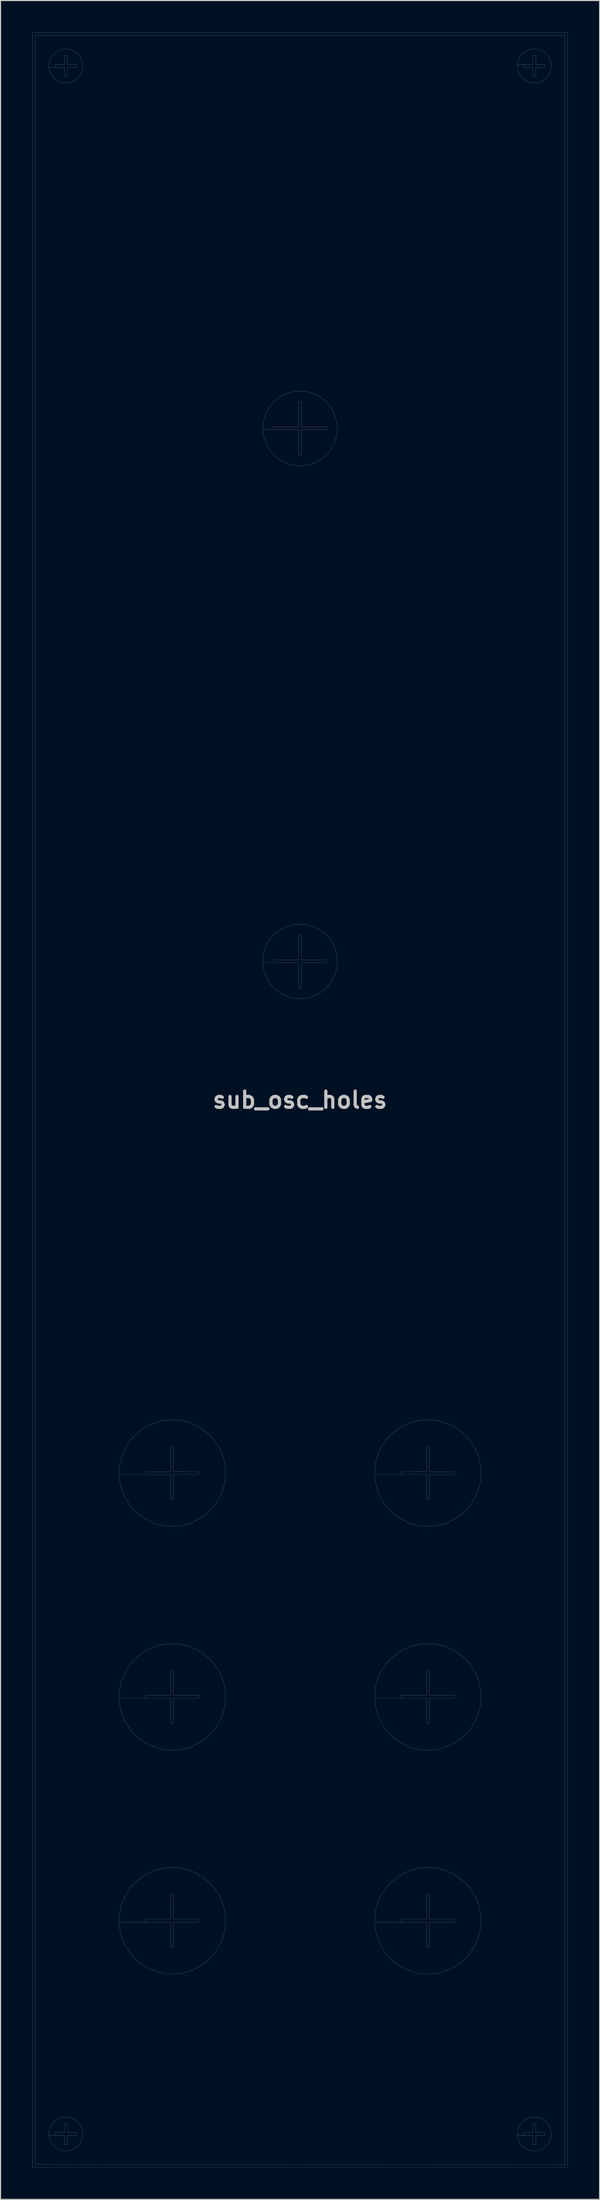
<source format=kicad_pcb>
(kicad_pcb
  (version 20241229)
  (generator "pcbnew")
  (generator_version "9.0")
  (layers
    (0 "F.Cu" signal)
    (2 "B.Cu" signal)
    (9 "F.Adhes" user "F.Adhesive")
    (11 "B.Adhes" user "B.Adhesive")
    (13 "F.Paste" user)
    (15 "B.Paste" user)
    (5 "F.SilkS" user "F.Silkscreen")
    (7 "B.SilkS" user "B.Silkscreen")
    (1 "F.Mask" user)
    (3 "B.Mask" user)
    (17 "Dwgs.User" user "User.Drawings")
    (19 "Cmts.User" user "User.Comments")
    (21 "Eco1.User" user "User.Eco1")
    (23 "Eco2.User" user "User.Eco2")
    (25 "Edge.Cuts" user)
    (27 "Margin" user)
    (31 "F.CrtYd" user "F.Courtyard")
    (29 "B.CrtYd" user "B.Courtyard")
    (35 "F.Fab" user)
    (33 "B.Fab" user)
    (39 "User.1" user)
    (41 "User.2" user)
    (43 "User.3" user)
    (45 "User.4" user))
  (footprint "sub_osc_holes"
    (layer "F.Cu")
    (at 25.126 100.132)
    (property "Reference" "sub_osc_holes" (at 0 0 0) (layer "Dwgs.User") (effects (font (size 1.524 1.524) (thickness 0.3))))
    (attr through_hole)
    (fp_poly (pts (xy -21.738 -98.571) (xy -21.724 -98.568) (xy -21.452 -98.495) (xy -21.201 -98.378) (xy -20.975 -98.221) (xy -20.779 -98.029) (xy -20.617 -97.807) (xy -20.494 -97.558) (xy -20.435 -97.372) (xy -20.409 -97.217) (xy -20.398 -97.036) (xy -20.404 -96.847) (xy -20.425 -96.674) (xy -20.436 -96.622) (xy -20.521 -96.367) (xy -20.65 -96.13) (xy -20.817 -95.917) (xy -21.016 -95.734) (xy -21.242 -95.585) (xy -21.488 -95.478) (xy -21.615 -95.442) (xy -21.763 -95.418) (xy -21.935 -95.407) (xy -22.112 -95.408) (xy -22.274 -95.423) (xy -22.377 -95.442) (xy -22.64 -95.537) (xy -22.879 -95.674) (xy -23.091 -95.848) (xy -23.272 -96.055) (xy -23.415 -96.289) (xy -23.518 -96.546) (xy -23.561 -96.727) (xy -23.585 -97.001) (xy -23.573 -97.13) (xy -22.987 -97.13) (xy -22.987 -96.85) (xy -22.123 -96.85) (xy -22.123 -95.984) (xy -21.857 -95.999) (xy -21.843 -96.849) (xy -20.993 -96.863) (xy -20.978 -97.13) (xy -21.844 -97.13) (xy -21.844 -97.993) (xy -22.123 -97.993) (xy -22.123 -97.13) (xy -22.987 -97.13) (xy -23.573 -97.13) (xy -23.559 -97.274) (xy -23.487 -97.54) (xy -23.369 -97.793) (xy -23.207 -98.028) (xy -23.151 -98.093) (xy -22.967 -98.26) (xy -22.749 -98.397) (xy -22.509 -98.499) (xy -22.253 -98.565) (xy -21.993 -98.589) (xy -21.738 -98.571)) (stroke (width 0.01) (type solid)) (fill no) (layer "Dwgs.User"))
    (fp_poly (pts (xy 22.195 95.41) (xy 22.463 95.466) (xy 22.718 95.566) (xy 22.954 95.709) (xy 23.165 95.893) (xy 23.253 95.992) (xy 23.41 96.219) (xy 23.52 96.462) (xy 23.584 96.725) (xy 23.604 97.011) (xy 23.604 97.015) (xy 23.578 97.3) (xy 23.505 97.567) (xy 23.386 97.813) (xy 23.224 98.035) (xy 23.019 98.231) (xy 22.894 98.323) (xy 22.663 98.449) (xy 22.41 98.537) (xy 22.148 98.584) (xy 21.886 98.587) (xy 21.73 98.567) (xy 21.452 98.488) (xy 21.2 98.367) (xy 20.975 98.204) (xy 20.781 98.004) (xy 20.621 97.77) (xy 20.504 97.517) (xy 20.458 97.347) (xy 20.431 97.149) (xy 20.43 97.13) (xy 21.003 97.13) (xy 21.869 97.13) (xy 21.869 97.993) (xy 22.149 97.993) (xy 22.149 97.13) (xy 23.012 97.13) (xy 23.012 96.85) (xy 22.149 96.85) (xy 22.149 95.984) (xy 22.015 95.992) (xy 21.882 95.999) (xy 21.875 96.424) (xy 21.868 96.849) (xy 21.443 96.856) (xy 21.018 96.863) (xy 21.011 96.996) (xy 21.003 97.13) (xy 20.43 97.13) (xy 20.424 96.941) (xy 20.439 96.742) (xy 20.458 96.634) (xy 20.544 96.374) (xy 20.673 96.135) (xy 20.839 95.92) (xy 21.038 95.735) (xy 21.264 95.586) (xy 21.512 95.479) (xy 21.641 95.442) (xy 21.919 95.402) (xy 22.195 95.41)) (stroke (width 0.01) (type solid)) (fill no) (layer "Dwgs.User"))
    (fp_poly (pts (xy -21.768 95.416) (xy -21.628 95.439) (xy -21.368 95.525) (xy -21.128 95.654) (xy -20.913 95.82) (xy -20.729 96.019) (xy -20.58 96.245) (xy -20.472 96.493) (xy -20.436 96.622) (xy -20.395 96.899) (xy -20.402 97.169) (xy -20.453 97.429) (xy -20.545 97.673) (xy -20.675 97.897) (xy -20.839 98.098) (xy -21.035 98.271) (xy -21.259 98.41) (xy -21.507 98.513) (xy -21.778 98.575) (xy -21.903 98.588) (xy -22.018 98.591) (xy -22.135 98.587) (xy -22.215 98.579) (xy -22.437 98.525) (xy -22.66 98.438) (xy -22.869 98.323) (xy -23.051 98.19) (xy -23.151 98.093) (xy -23.327 97.862) (xy -23.458 97.613) (xy -23.543 97.35) (xy -23.582 97.077) (xy -23.574 96.85) (xy -22.987 96.85) (xy -22.987 97.13) (xy -22.123 97.13) (xy -22.123 97.993) (xy -21.844 97.993) (xy -21.844 97.13) (xy -20.978 97.13) (xy -20.993 96.863) (xy -21.418 96.856) (xy -21.843 96.849) (xy -21.85 96.424) (xy -21.857 95.999) (xy -21.99 95.992) (xy -22.123 95.984) (xy -22.123 96.85) (xy -22.987 96.85) (xy -23.574 96.85) (xy -23.573 96.801) (xy -23.515 96.526) (xy -23.48 96.424) (xy -23.366 96.189) (xy -23.21 95.973) (xy -23.017 95.781) (xy -22.797 95.621) (xy -22.555 95.5) (xy -22.496 95.478) (xy -22.34 95.438) (xy -22.154 95.414) (xy -21.957 95.406) (xy -21.768 95.416)) (stroke (width 0.01) (type solid)) (fill no) (layer "Dwgs.User"))
    (fp_poly (pts (xy 22.272 -98.567) (xy 22.481 -98.521) (xy 22.497 -98.516) (xy 22.67 -98.446) (xy 22.848 -98.35) (xy 23.013 -98.239) (xy 23.148 -98.122) (xy 23.176 -98.093) (xy 23.35 -97.865) (xy 23.481 -97.617) (xy 23.568 -97.355) (xy 23.608 -97.085) (xy 23.6 -96.812) (xy 23.587 -96.73) (xy 23.514 -96.458) (xy 23.397 -96.207) (xy 23.24 -95.981) (xy 23.049 -95.785) (xy 22.826 -95.623) (xy 22.577 -95.5) (xy 22.391 -95.441) (xy 22.251 -95.417) (xy 22.081 -95.406) (xy 21.903 -95.409) (xy 21.734 -95.424) (xy 21.628 -95.443) (xy 21.377 -95.53) (xy 21.143 -95.659) (xy 20.932 -95.827) (xy 20.75 -96.026) (xy 20.603 -96.251) (xy 20.497 -96.496) (xy 20.461 -96.622) (xy 20.421 -96.898) (xy 20.427 -97.13) (xy 21.003 -97.13) (xy 21.011 -96.996) (xy 21.018 -96.863) (xy 21.869 -96.849) (xy 21.869 -96.435) (xy 21.87 -96.295) (xy 21.873 -96.172) (xy 21.877 -96.078) (xy 21.882 -96.019) (xy 21.886 -96.004) (xy 21.92 -95.994) (xy 21.986 -95.988) (xy 22.026 -95.987) (xy 22.149 -95.987) (xy 22.149 -96.85) (xy 23.012 -96.85) (xy 23.012 -97.13) (xy 22.149 -97.13) (xy 22.149 -97.993) (xy 21.869 -97.993) (xy 21.869 -97.13) (xy 21.003 -97.13) (xy 20.427 -97.13) (xy 20.429 -97.17) (xy 20.481 -97.432) (xy 20.576 -97.68) (xy 20.709 -97.908) (xy 20.879 -98.113) (xy 21.082 -98.288) (xy 21.315 -98.429) (xy 21.575 -98.531) (xy 21.621 -98.544) (xy 21.822 -98.579) (xy 22.046 -98.587) (xy 22.272 -98.567)) (stroke (width 0.01) (type solid)) (fill no) (layer "Dwgs.User"))
    (fp_poly (pts (xy 12.292 30.007) (xy 12.5 30.024) (xy 12.994 30.099) (xy 13.471 30.22) (xy 13.929 30.385) (xy 14.366 30.591) (xy 14.778 30.837) (xy 15.163 31.121) (xy 15.519 31.439) (xy 15.844 31.79) (xy 16.134 32.171) (xy 16.387 32.581) (xy 16.601 33.016) (xy 16.772 33.475) (xy 16.899 33.955) (xy 16.904 33.979) (xy 16.982 34.472) (xy 17.009 34.963) (xy 16.989 35.449) (xy 16.922 35.927) (xy 16.811 36.393) (xy 16.655 36.846) (xy 16.458 37.281) (xy 16.219 37.695) (xy 15.942 38.086) (xy 15.626 38.451) (xy 15.274 38.785) (xy 14.887 39.088) (xy 14.466 39.354) (xy 14.376 39.403) (xy 13.964 39.599) (xy 13.524 39.758) (xy 13.066 39.878) (xy 12.598 39.957) (xy 12.131 39.994) (xy 11.673 39.987) (xy 11.579 39.979) (xy 11.088 39.911) (xy 10.612 39.795) (xy 10.152 39.634) (xy 9.713 39.431) (xy 9.296 39.188) (xy 8.905 38.907) (xy 8.543 38.59) (xy 8.212 38.24) (xy 7.916 37.859) (xy 7.657 37.448) (xy 7.438 37.011) (xy 7.276 36.59) (xy 7.141 36.11) (xy 7.056 35.621) (xy 7.019 35.128) (xy 7.025 34.875) (xy 9.525 34.875) (xy 9.525 35.128) (xy 11.887 35.128) (xy 11.887 37.49) (xy 12.141 37.49) (xy 12.141 35.128) (xy 14.503 35.128) (xy 14.503 34.874) (xy 12.141 34.874) (xy 12.141 32.487) (xy 11.888 32.487) (xy 11.874 34.861) (xy 10.7 34.868) (xy 9.525 34.875) (xy 7.025 34.875) (xy 7.031 34.636) (xy 7.09 34.147) (xy 7.198 33.666) (xy 7.353 33.197) (xy 7.543 32.767) (xy 7.787 32.335) (xy 8.069 31.934) (xy 8.386 31.566) (xy 8.735 31.232) (xy 9.112 30.934) (xy 9.515 30.674) (xy 9.94 30.454) (xy 10.385 30.275) (xy 10.845 30.139) (xy 11.318 30.048) (xy 11.802 30.004) (xy 12.292 30.007)) (stroke (width 0.01) (type solid)) (fill no) (layer "Dwgs.User"))
    (fp_poly (pts (xy -11.5 30.023) (xy -11.021 30.095) (xy -10.553 30.213) (xy -10.099 30.374) (xy -9.662 30.579) (xy -9.246 30.824) (xy -8.855 31.109) (xy -8.491 31.431) (xy -8.159 31.79) (xy -7.862 32.183) (xy -7.837 32.22) (xy -7.58 32.647) (xy -7.371 33.089) (xy -7.208 33.54) (xy -7.091 34) (xy -7.019 34.463) (xy -6.991 34.928) (xy -7.007 35.391) (xy -7.065 35.85) (xy -7.165 36.301) (xy -7.305 36.74) (xy -7.487 37.166) (xy -7.707 37.575) (xy -7.967 37.964) (xy -8.264 38.33) (xy -8.599 38.67) (xy -8.97 38.98) (xy -9.376 39.258) (xy -9.652 39.416) (xy -10.057 39.607) (xy -10.49 39.762) (xy -10.939 39.879) (xy -11.397 39.958) (xy -11.853 39.995) (xy -12.298 39.989) (xy -12.408 39.98) (xy -12.903 39.911) (xy -13.379 39.796) (xy -13.832 39.64) (xy -14.263 39.445) (xy -14.668 39.213) (xy -15.047 38.946) (xy -15.397 38.648) (xy -15.717 38.32) (xy -16.005 37.966) (xy -16.259 37.588) (xy -16.479 37.188) (xy -16.661 36.77) (xy -16.805 36.335) (xy -16.909 35.886) (xy -16.97 35.426) (xy -16.988 34.957) (xy -16.983 34.874) (xy -14.478 34.874) (xy -14.478 35.128) (xy -12.116 35.128) (xy -12.116 37.49) (xy -11.862 37.49) (xy -11.862 35.128) (xy -9.5 35.128) (xy -9.5 34.875) (xy -10.674 34.868) (xy -11.849 34.861) (xy -11.856 33.674) (xy -11.862 32.487) (xy -12.116 32.487) (xy -12.116 34.874) (xy -14.478 34.874) (xy -16.983 34.874) (xy -16.961 34.483) (xy -16.886 34.004) (xy -16.763 33.525) (xy -16.736 33.44) (xy -16.555 32.971) (xy -16.331 32.526) (xy -16.062 32.106) (xy -15.75 31.713) (xy -15.519 31.467) (xy -15.144 31.128) (xy -14.741 30.831) (xy -14.313 30.577) (xy -13.862 30.367) (xy -13.391 30.203) (xy -12.903 30.086) (xy -12.475 30.024) (xy -11.986 29.999) (xy -11.5 30.023)) (stroke (width 0.01) (type solid)) (fill no) (layer "Dwgs.User"))
    (fp_poly (pts (xy -11.347 72.042) (xy -10.878 72.123) (xy -10.766 72.15) (xy -10.29 72.296) (xy -9.834 72.487) (xy -9.401 72.721) (xy -8.994 72.996) (xy -8.616 73.308) (xy -8.271 73.657) (xy -7.96 74.039) (xy -7.687 74.452) (xy -7.492 74.816) (xy -7.296 75.277) (xy -7.149 75.75) (xy -7.05 76.231) (xy -6.999 76.716) (xy -6.995 77.202) (xy -7.039 77.686) (xy -7.13 78.164) (xy -7.269 78.633) (xy -7.454 79.09) (xy -7.686 79.532) (xy -7.834 79.769) (xy -8.132 80.171) (xy -8.466 80.538) (xy -8.832 80.869) (xy -9.229 81.161) (xy -9.652 81.413) (xy -10.099 81.622) (xy -10.567 81.787) (xy -11.053 81.905) (xy -11.125 81.919) (xy -11.282 81.941) (xy -11.473 81.958) (xy -11.686 81.972) (xy -11.907 81.98) (xy -12.123 81.983) (xy -12.321 81.98) (xy -12.488 81.971) (xy -12.548 81.965) (xy -13.043 81.88) (xy -13.518 81.751) (xy -13.971 81.58) (xy -14.4 81.369) (xy -14.803 81.12) (xy -15.178 80.838) (xy -15.523 80.523) (xy -15.837 80.178) (xy -16.117 79.807) (xy -16.361 79.41) (xy -16.568 78.992) (xy -16.736 78.554) (xy -16.862 78.099) (xy -16.945 77.63) (xy -16.983 77.148) (xy -16.978 76.86) (xy -14.478 76.86) (xy -14.478 77.14) (xy -12.116 77.14) (xy -12.116 79.502) (xy -11.862 79.502) (xy -11.862 77.14) (xy -9.5 77.14) (xy -9.5 76.86) (xy -11.862 76.86) (xy -11.862 74.498) (xy -12.116 74.498) (xy -12.116 76.86) (xy -14.478 76.86) (xy -16.978 76.86) (xy -16.974 76.656) (xy -16.928 76.238) (xy -16.831 75.755) (xy -16.687 75.29) (xy -16.499 74.844) (xy -16.27 74.42) (xy -16.002 74.022) (xy -15.697 73.651) (xy -15.358 73.311) (xy -14.987 73.003) (xy -14.587 72.732) (xy -14.16 72.498) (xy -13.709 72.307) (xy -13.258 72.164) (xy -12.794 72.067) (xy -12.315 72.014) (xy -11.829 72.006) (xy -11.347 72.042)) (stroke (width 0.01) (type solid)) (fill no) (layer "Dwgs.User"))
    (fp_poly (pts (xy 12.688 72.047) (xy 13.154 72.13) (xy 13.246 72.152) (xy 13.715 72.296) (xy 14.166 72.486) (xy 14.594 72.718) (xy 14.998 72.991) (xy 15.373 73.301) (xy 15.717 73.645) (xy 16.027 74.022) (xy 16.299 74.428) (xy 16.531 74.86) (xy 16.638 75.106) (xy 16.806 75.586) (xy 16.925 76.073) (xy 16.993 76.565) (xy 17.011 77.06) (xy 16.978 77.556) (xy 16.896 78.05) (xy 16.763 78.54) (xy 16.749 78.582) (xy 16.569 79.044) (xy 16.345 79.482) (xy 16.082 79.893) (xy 15.781 80.275) (xy 15.445 80.625) (xy 15.078 80.94) (xy 14.682 81.219) (xy 14.259 81.459) (xy 13.812 81.658) (xy 13.345 81.813) (xy 12.878 81.919) (xy 12.721 81.941) (xy 12.53 81.958) (xy 12.317 81.972) (xy 12.096 81.98) (xy 11.88 81.983) (xy 11.682 81.98) (xy 11.515 81.971) (xy 11.455 81.965) (xy 10.959 81.88) (xy 10.479 81.749) (xy 10.02 81.574) (xy 9.583 81.358) (xy 9.172 81.103) (xy 8.788 80.81) (xy 8.435 80.482) (xy 8.115 80.12) (xy 7.83 79.728) (xy 7.584 79.307) (xy 7.379 78.859) (xy 7.279 78.585) (xy 7.142 78.097) (xy 7.055 77.605) (xy 7.018 77.111) (xy 7.024 76.86) (xy 9.525 76.86) (xy 9.525 77.14) (xy 11.887 77.14) (xy 11.887 79.502) (xy 12.141 79.502) (xy 12.141 77.14) (xy 14.503 77.14) (xy 14.503 76.86) (xy 12.141 76.86) (xy 12.141 74.498) (xy 11.887 74.498) (xy 11.887 76.86) (xy 9.525 76.86) (xy 7.024 76.86) (xy 7.03 76.618) (xy 7.09 76.13) (xy 7.2 75.649) (xy 7.358 75.178) (xy 7.517 74.816) (xy 7.758 74.378) (xy 8.039 73.969) (xy 8.357 73.592) (xy 8.709 73.25) (xy 9.091 72.943) (xy 9.503 72.676) (xy 9.939 72.449) (xy 10.398 72.266) (xy 10.789 72.151) (xy 11.249 72.059) (xy 11.726 72.012) (xy 12.209 72.008) (xy 12.688 72.047)) (stroke (width 0.01) (type solid)) (fill no) (layer "Dwgs.User"))
    (fp_poly (pts (xy 0.282 -66.477) (xy 0.52 -66.457) (xy 0.742 -66.42) (xy 0.965 -66.363) (xy 1.191 -66.289) (xy 1.569 -66.129) (xy 1.922 -65.927) (xy 2.247 -65.687) (xy 2.541 -65.41) (xy 2.801 -65.101) (xy 3.026 -64.763) (xy 3.211 -64.399) (xy 3.355 -64.013) (xy 3.455 -63.607) (xy 3.471 -63.513) (xy 3.489 -63.353) (xy 3.499 -63.162) (xy 3.5 -62.953) (xy 3.494 -62.742) (xy 3.48 -62.544) (xy 3.459 -62.373) (xy 3.444 -62.294) (xy 3.327 -61.88) (xy 3.167 -61.49) (xy 2.966 -61.127) (xy 2.727 -60.794) (xy 2.452 -60.492) (xy 2.143 -60.224) (xy 1.803 -59.994) (xy 1.433 -59.803) (xy 1.109 -59.677) (xy 0.788 -59.589) (xy 0.447 -59.53) (xy 0.104 -59.502) (xy -0.223 -59.506) (xy -0.292 -59.512) (xy -0.53 -59.541) (xy -0.744 -59.582) (xy -0.963 -59.64) (xy -1.079 -59.677) (xy -1.468 -59.83) (xy -1.831 -60.026) (xy -2.165 -60.261) (xy -2.468 -60.532) (xy -2.737 -60.838) (xy -2.971 -61.174) (xy -3.165 -61.539) (xy -3.319 -61.93) (xy -3.417 -62.287) (xy -3.433 -62.38) (xy -3.448 -62.509) (xy -3.461 -62.659) (xy -3.47 -62.815) (xy -3.472 -62.866) (xy -3.471 -63.119) (xy -2.489 -63.119) (xy -2.489 -62.865) (xy -0.127 -62.865) (xy -0.127 -60.503) (xy 0.152 -60.503) (xy 0.152 -62.865) (xy 2.515 -62.865) (xy 2.515 -63.119) (xy 0.153 -63.119) (xy 0.14 -65.494) (xy -0.114 -65.494) (xy -0.121 -64.306) (xy -0.128 -63.119) (xy -2.489 -63.119) (xy -3.471 -63.119) (xy -3.47 -63.236) (xy -3.436 -63.579) (xy -3.366 -63.905) (xy -3.258 -64.229) (xy -3.124 -64.533) (xy -2.922 -64.892) (xy -2.679 -65.222) (xy -2.401 -65.522) (xy -2.091 -65.787) (xy -1.753 -66.014) (xy -1.391 -66.2) (xy -1.054 -66.326) (xy -0.852 -66.386) (xy -0.673 -66.429) (xy -0.5 -66.457) (xy -0.316 -66.474) (xy -0.106 -66.482) (xy 0.013 -66.483) (xy 0.282 -66.477)) (stroke (width 0.01) (type solid)) (fill no) (layer "Dwgs.User"))
    (fp_poly (pts (xy 0.395 -16.47) (xy 0.787 -16.407) (xy 1.109 -16.319) (xy 1.5 -16.163) (xy 1.865 -15.966) (xy 2.199 -15.73) (xy 2.502 -15.457) (xy 2.77 -15.15) (xy 3.002 -14.811) (xy 3.195 -14.443) (xy 3.348 -14.049) (xy 3.433 -13.741) (xy 3.464 -13.565) (xy 3.487 -13.354) (xy 3.499 -13.125) (xy 3.501 -12.895) (xy 3.492 -12.678) (xy 3.472 -12.491) (xy 3.471 -12.483) (xy 3.381 -12.072) (xy 3.246 -11.678) (xy 3.068 -11.306) (xy 2.849 -10.958) (xy 2.591 -10.64) (xy 2.298 -10.354) (xy 1.97 -10.105) (xy 1.97 -10.105) (xy 1.61 -9.891) (xy 1.234 -9.724) (xy 0.835 -9.599) (xy 0.673 -9.562) (xy 0.571 -9.547) (xy 0.432 -9.533) (xy 0.271 -9.521) (xy 0.102 -9.513) (xy -0.063 -9.508) (xy -0.21 -9.508) (xy -0.324 -9.512) (xy -0.356 -9.515) (xy -0.775 -9.591) (xy -1.175 -9.712) (xy -1.552 -9.875) (xy -1.904 -10.078) (xy -2.228 -10.319) (xy -2.52 -10.593) (xy -2.78 -10.9) (xy -3.004 -11.237) (xy -3.188 -11.601) (xy -3.332 -11.989) (xy -3.432 -12.399) (xy -3.446 -12.483) (xy -3.464 -12.646) (xy -3.473 -12.841) (xy -3.474 -13.053) (xy -3.472 -13.132) (xy -2.489 -13.132) (xy -2.489 -12.878) (xy -0.127 -12.878) (xy -0.127 -11.701) (xy -0.127 -11.461) (xy -0.126 -11.237) (xy -0.124 -11.033) (xy -0.122 -10.856) (xy -0.119 -10.709) (xy -0.116 -10.599) (xy -0.112 -10.529) (xy -0.109 -10.506) (xy -0.075 -10.497) (xy -0.009 -10.494) (xy 0.024 -10.495) (xy 0.14 -10.503) (xy 0.153 -12.878) (xy 2.515 -12.878) (xy 2.515 -13.132) (xy 0.152 -13.132) (xy 0.152 -15.494) (xy -0.127 -15.494) (xy -0.127 -13.132) (xy -2.489 -13.132) (xy -3.472 -13.132) (xy -3.467 -13.266) (xy -3.453 -13.466) (xy -3.431 -13.639) (xy -3.417 -13.71) (xy -3.3 -14.125) (xy -3.138 -14.516) (xy -2.935 -14.88) (xy -2.692 -15.216) (xy -2.41 -15.52) (xy -2.092 -15.791) (xy -1.738 -16.026) (xy -1.526 -16.141) (xy -1.172 -16.291) (xy -0.795 -16.4) (xy -0.403 -16.466) (xy -0.004 -16.49) (xy 0.395 -16.47)) (stroke (width 0.01) (type solid)) (fill no) (layer "Dwgs.User"))
    (fp_poly (pts (xy 12.501 51.028) (xy 12.994 51.1) (xy 13.473 51.219) (xy 13.933 51.383) (xy 14.374 51.591) (xy 14.791 51.841) (xy 15.182 52.131) (xy 15.544 52.461) (xy 15.875 52.828) (xy 16.168 53.226) (xy 16.425 53.658) (xy 16.635 54.106) (xy 16.799 54.568) (xy 16.916 55.038) (xy 16.986 55.515) (xy 17.01 55.995) (xy 16.987 56.475) (xy 16.919 56.951) (xy 16.804 57.42) (xy 16.642 57.878) (xy 16.435 58.324) (xy 16.182 58.752) (xy 16.007 59.002) (xy 15.896 59.141) (xy 15.756 59.3) (xy 15.599 59.466) (xy 15.438 59.627) (xy 15.284 59.771) (xy 15.164 59.875) (xy 14.756 60.173) (xy 14.323 60.427) (xy 13.87 60.635) (xy 13.398 60.798) (xy 12.912 60.912) (xy 12.704 60.946) (xy 12.525 60.964) (xy 12.312 60.976) (xy 12.082 60.982) (xy 11.847 60.981) (xy 11.623 60.973) (xy 11.424 60.959) (xy 11.303 60.944) (xy 10.817 60.847) (xy 10.346 60.705) (xy 9.893 60.52) (xy 9.463 60.293) (xy 9.063 60.029) (xy 8.826 59.842) (xy 8.447 59.491) (xy 8.111 59.116) (xy 7.82 58.717) (xy 7.573 58.292) (xy 7.369 57.841) (xy 7.207 57.363) (xy 7.088 56.856) (xy 7.07 56.756) (xy 7.051 56.622) (xy 7.038 56.468) (xy 7.03 56.287) (xy 7.027 56.067) (xy 7.027 55.994) (xy 7.029 55.855) (xy 9.525 55.855) (xy 9.525 56.134) (xy 11.887 56.134) (xy 11.887 58.496) (xy 12.141 58.496) (xy 12.141 56.134) (xy 14.503 56.134) (xy 14.503 55.855) (xy 12.141 55.855) (xy 12.141 53.492) (xy 11.887 53.492) (xy 11.887 55.855) (xy 9.525 55.855) (xy 7.029 55.855) (xy 7.03 55.739) (xy 7.04 55.519) (xy 7.059 55.32) (xy 7.089 55.127) (xy 7.131 54.925) (xy 7.187 54.699) (xy 7.188 54.697) (xy 7.338 54.229) (xy 7.531 53.783) (xy 7.766 53.362) (xy 8.038 52.969) (xy 8.345 52.605) (xy 8.685 52.272) (xy 9.054 51.973) (xy 9.449 51.71) (xy 9.869 51.486) (xy 10.309 51.301) (xy 10.768 51.159) (xy 11.242 51.061) (xy 11.728 51.01) (xy 11.995 51.003) (xy 12.501 51.028)) (stroke (width 0.01) (type solid)) (fill no) (layer "Dwgs.User"))
    (fp_poly (pts (xy -11.279 51.052) (xy -10.9 51.121) (xy -10.419 51.253) (xy -9.96 51.43) (xy -9.525 51.649) (xy -9.116 51.907) (xy -8.736 52.203) (xy -8.387 52.533) (xy -8.071 52.896) (xy -7.791 53.288) (xy -7.548 53.708) (xy -7.345 54.152) (xy -7.185 54.619) (xy -7.069 55.105) (xy -7.043 55.258) (xy -7.02 55.455) (xy -7.005 55.686) (xy -6.999 55.935) (xy -7.001 56.188) (xy -7.012 56.43) (xy -7.031 56.645) (xy -7.046 56.753) (xy -7.151 57.248) (xy -7.301 57.722) (xy -7.494 58.174) (xy -7.726 58.6) (xy -7.996 59) (xy -8.302 59.369) (xy -8.64 59.707) (xy -9.01 60.01) (xy -9.408 60.277) (xy -9.832 60.506) (xy -10.28 60.693) (xy -10.75 60.838) (xy -11.239 60.937) (xy -11.299 60.946) (xy -11.443 60.961) (xy -11.62 60.972) (xy -11.818 60.979) (xy -12.022 60.982) (xy -12.222 60.981) (xy -12.403 60.975) (xy -12.552 60.964) (xy -12.611 60.958) (xy -13.123 60.86) (xy -13.614 60.718) (xy -14.082 60.53) (xy -14.527 60.298) (xy -14.947 60.022) (xy -15.138 59.875) (xy -15.288 59.745) (xy -15.454 59.587) (xy -15.625 59.413) (xy -15.787 59.236) (xy -15.929 59.069) (xy -15.999 58.979) (xy -16.276 58.564) (xy -16.508 58.131) (xy -16.694 57.683) (xy -16.834 57.223) (xy -16.929 56.754) (xy -16.978 56.281) (xy -16.981 55.855) (xy -14.478 55.855) (xy -14.478 56.134) (xy -12.116 56.134) (xy -12.116 58.496) (xy -11.862 58.496) (xy -11.862 56.134) (xy -9.5 56.134) (xy -9.5 55.855) (xy -11.862 55.855) (xy -11.862 53.492) (xy -12.116 53.492) (xy -12.116 55.855) (xy -14.478 55.855) (xy -16.981 55.855) (xy -16.981 55.805) (xy -16.939 55.33) (xy -16.852 54.859) (xy -16.719 54.397) (xy -16.541 53.945) (xy -16.319 53.508) (xy -16.051 53.088) (xy -15.854 52.828) (xy -15.733 52.689) (xy -15.584 52.532) (xy -15.418 52.37) (xy -15.247 52.214) (xy -15.086 52.076) (xy -14.997 52.006) (xy -14.587 51.729) (xy -14.153 51.495) (xy -13.7 51.306) (xy -13.231 51.161) (xy -12.75 51.063) (xy -12.262 51.011) (xy -11.77 51.007) (xy -11.279 51.052)) (stroke (width 0.01) (type solid)) (fill no) (layer "Dwgs.User"))
    (fp_poly (pts (xy 25.146 100.127) (xy -25.121 100.127) (xy -25.121 46.036) (xy -24.862 46.036) (xy -24.862 47.906) (xy -24.862 49.753) (xy -24.862 51.575) (xy -24.862 53.373) (xy -24.862 55.145) (xy -24.862 56.891) (xy -24.862 58.611) (xy -24.862 60.304) (xy -24.862 61.969) (xy -24.862 63.606) (xy -24.862 65.214) (xy -24.862 66.794) (xy -24.862 68.343) (xy -24.861 69.863) (xy -24.861 71.351) (xy -24.861 72.808) (xy -24.861 74.233) (xy -24.861 75.626) (xy -24.861 76.986) (xy -24.861 78.312) (xy -24.861 79.605) (xy -24.861 80.862) (xy -24.861 82.085) (xy -24.86 83.272) (xy -24.86 84.422) (xy -24.86 85.536) (xy -24.86 86.612) (xy -24.86 87.651) (xy -24.86 88.651) (xy -24.859 89.612) (xy -24.859 90.534) (xy -24.859 91.416) (xy -24.859 92.257) (xy -24.859 93.057) (xy -24.859 93.815) (xy -24.858 94.532) (xy -24.858 95.205) (xy -24.858 95.835) (xy -24.858 96.421) (xy -24.858 96.963) (xy -24.857 97.46) (xy -24.857 97.912) (xy -24.857 98.317) (xy -24.857 98.676) (xy -24.856 98.988) (xy -24.856 99.253) (xy -24.856 99.469) (xy -24.856 99.636) (xy -24.855 99.754) (xy -24.855 99.823) (xy -24.855 99.841) (xy -24.846 99.843) (xy -24.818 99.845) (xy -24.773 99.846) (xy -24.708 99.848) (xy -24.622 99.849) (xy -24.516 99.851) (xy -24.388 99.852) (xy -24.237 99.853) (xy -24.063 99.855) (xy -23.864 99.856) (xy -23.641 99.857) (xy -23.391 99.858) (xy -23.115 99.859) (xy -22.812 99.86) (xy -22.48 99.861) (xy -22.119 99.862) (xy -21.728 99.863) (xy -21.307 99.863) (xy -20.854 99.864) (xy -20.369 99.865) (xy -19.85 99.865) (xy -19.298 99.866) (xy -18.711 99.866) (xy -18.088 99.867) (xy -17.429 99.867) (xy -16.733 99.867) (xy -15.999 99.868) (xy -15.226 99.868) (xy -14.414 99.868) (xy -13.561 99.868) (xy -12.668 99.868) (xy -11.732 99.868) (xy -10.753 99.868) (xy -9.731 99.868) (xy -8.664 99.868) (xy -7.552 99.868) (xy -6.394 99.868) (xy -5.19 99.868) (xy -3.937 99.867) (xy -2.637 99.867) (xy -1.287 99.867) (xy 0.018 99.866) (xy 24.879 99.86) (xy 24.879 -99.86) (xy -24.854 -99.86) (xy -24.86 -0.025) (xy -24.861 2.23) (xy -24.861 4.474) (xy -24.861 6.706) (xy -24.861 8.924) (xy -24.861 11.13) (xy -24.861 13.321) (xy -24.861 15.498) (xy -24.861 17.659) (xy -24.861 19.805) (xy -24.862 21.935) (xy -24.862 24.048) (xy -24.862 26.144) (xy -24.862 28.222) (xy -24.862 30.282) (xy -24.862 32.323) (xy -24.862 34.345) (xy -24.862 36.346) (xy -24.862 38.327) (xy -24.862 40.287) (xy -24.862 42.226) (xy -24.862 44.142) (xy -24.862 46.036) (xy -25.121 46.036) (xy -25.121 -100.127) (xy 25.146 -100.127) (xy 25.146 100.127)) (stroke (width 0.01) (type solid)) (fill no) (layer "Dwgs.User")))
  (gr_rect
    (start -3 -3)
    (end 53.277 203.264)
    (stroke (width 0.1) (type default))
    (fill no)
    (layer "Edge.Cuts")))
</source>
